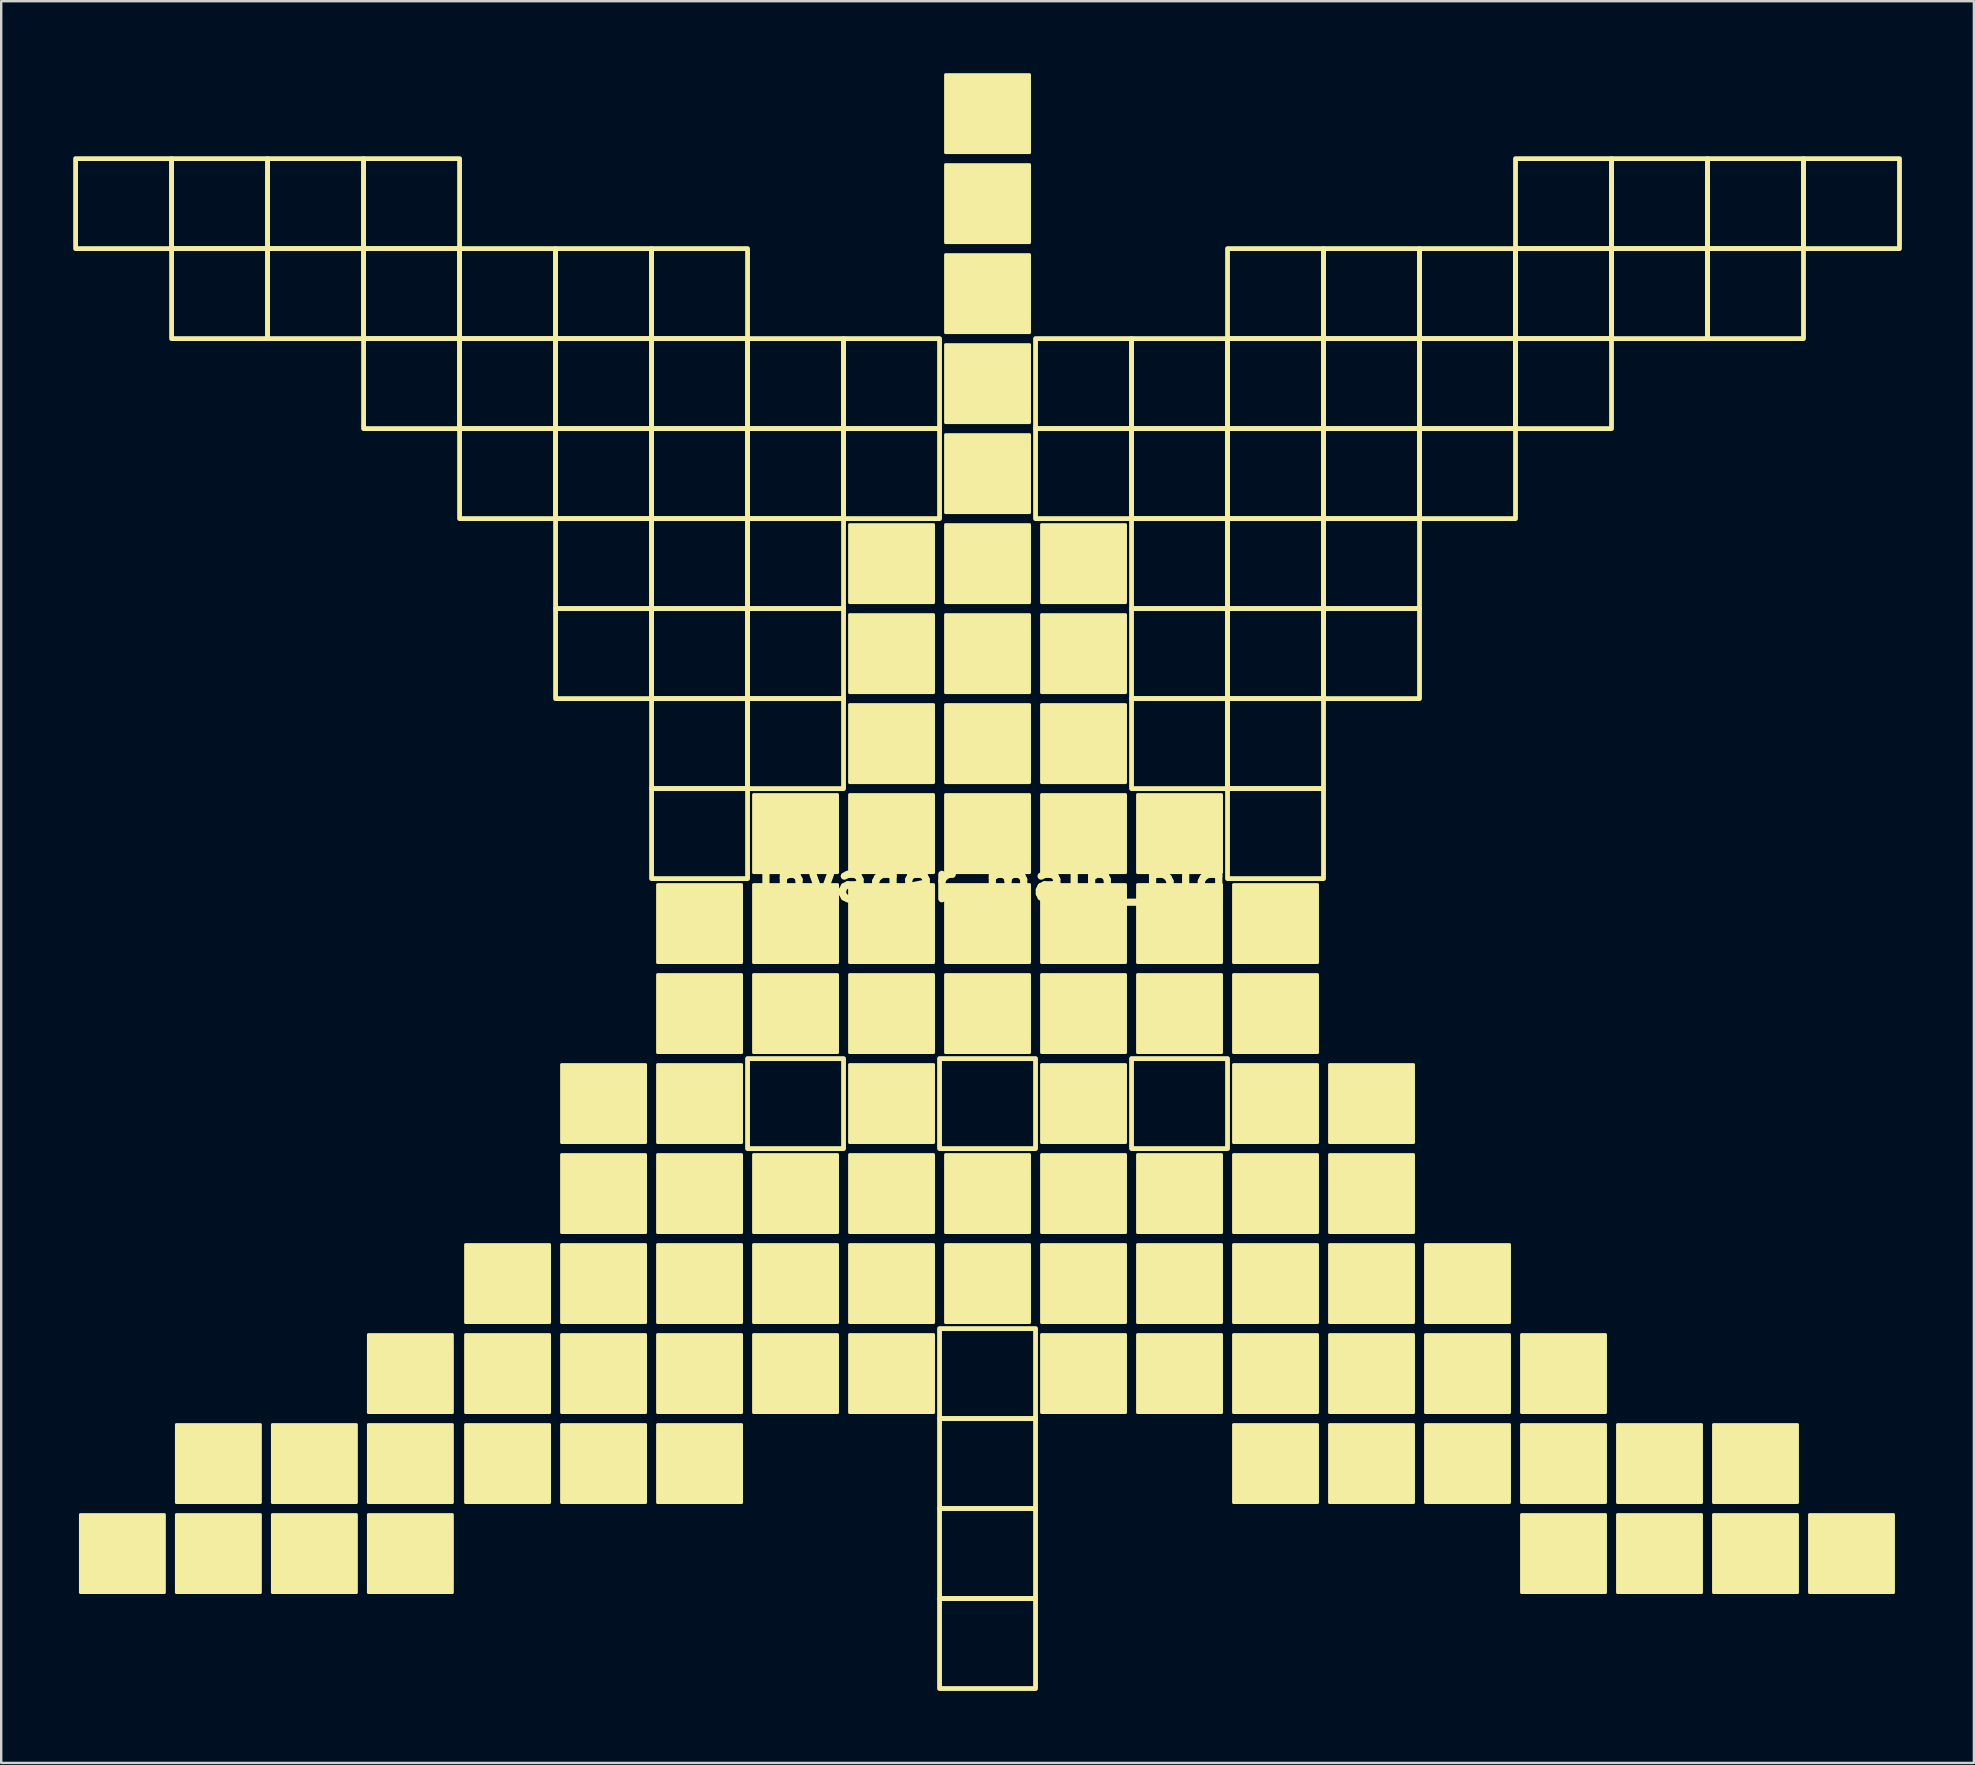
<source format=kicad_pcb>
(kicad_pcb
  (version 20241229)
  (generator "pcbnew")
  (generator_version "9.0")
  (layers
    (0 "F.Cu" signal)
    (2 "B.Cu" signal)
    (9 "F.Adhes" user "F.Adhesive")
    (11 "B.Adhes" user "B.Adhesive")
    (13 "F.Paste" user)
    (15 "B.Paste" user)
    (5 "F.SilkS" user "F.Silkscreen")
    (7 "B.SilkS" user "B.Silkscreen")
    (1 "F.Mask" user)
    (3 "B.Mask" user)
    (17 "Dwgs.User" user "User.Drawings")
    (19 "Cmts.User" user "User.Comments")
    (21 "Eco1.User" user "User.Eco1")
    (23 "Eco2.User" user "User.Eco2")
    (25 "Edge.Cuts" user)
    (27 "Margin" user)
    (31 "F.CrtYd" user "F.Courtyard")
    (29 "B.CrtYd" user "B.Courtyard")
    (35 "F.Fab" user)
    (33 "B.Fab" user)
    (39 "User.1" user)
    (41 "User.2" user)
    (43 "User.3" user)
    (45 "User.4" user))
  (footprint "Invader_main_big"
    (layer "F.Cu")
    (at 38.1 33.51)
    (property "Reference" "Invader_main_big" (at 0.2 0.2 0) (layer "F.SilkS") (effects (font (size 1.524 1.524) (thickness 0.3))))
    (attr board_only exclude_from_pos_files exclude_from_bom)
    (fp_rect (start -38 -29.95) (end -34 -26.2) (stroke (width 0.2) (type solid)) (fill no) (layer "F.SilkS"))
    (fp_rect (start -37.8 26.55) (end -34.3 29.8) (stroke (width 0.12) (type solid)) (fill yes) (layer "F.SilkS"))
    (fp_rect (start -34 -29.95) (end -30 -26.2) (stroke (width 0.2) (type solid)) (fill no) (layer "F.SilkS"))
    (fp_rect (start -34 -26.2) (end -30 -22.45) (stroke (width 0.2) (type solid)) (fill no) (layer "F.SilkS"))
    (fp_rect (start -33.8 22.8) (end -30.3 26.05) (stroke (width 0.12) (type solid)) (fill yes) (layer "F.SilkS"))
    (fp_rect (start -33.8 26.55) (end -30.3 29.8) (stroke (width 0.12) (type solid)) (fill yes) (layer "F.SilkS"))
    (fp_rect (start -30 -29.95) (end -26 -26.2) (stroke (width 0.2) (type solid)) (fill no) (layer "F.SilkS"))
    (fp_rect (start -30 -26.2) (end -26 -22.45) (stroke (width 0.2) (type solid)) (fill no) (layer "F.SilkS"))
    (fp_rect (start -29.8 22.8) (end -26.3 26.05) (stroke (width 0.12) (type solid)) (fill yes) (layer "F.SilkS"))
    (fp_rect (start -29.8 26.55) (end -26.3 29.8) (stroke (width 0.12) (type solid)) (fill yes) (layer "F.SilkS"))
    (fp_rect (start -26 -29.95) (end -22 -26.2) (stroke (width 0.2) (type solid)) (fill no) (layer "F.SilkS"))
    (fp_rect (start -26 -26.2) (end -22 -22.45) (stroke (width 0.2) (type solid)) (fill no) (layer "F.SilkS"))
    (fp_rect (start -26 -22.45) (end -22 -18.7) (stroke (width 0.2) (type solid)) (fill no) (layer "F.SilkS"))
    (fp_rect (start -25.8 19.05) (end -22.3 22.3) (stroke (width 0.12) (type solid)) (fill yes) (layer "F.SilkS"))
    (fp_rect (start -25.8 22.8) (end -22.3 26.05) (stroke (width 0.12) (type solid)) (fill yes) (layer "F.SilkS"))
    (fp_rect (start -25.8 26.55) (end -22.3 29.8) (stroke (width 0.12) (type solid)) (fill yes) (layer "F.SilkS"))
    (fp_rect (start -22 -26.2) (end -18 -22.45) (stroke (width 0.2) (type solid)) (fill no) (layer "F.SilkS"))
    (fp_rect (start -22 -22.45) (end -18 -18.7) (stroke (width 0.2) (type solid)) (fill no) (layer "F.SilkS"))
    (fp_rect (start -22 -18.7) (end -18 -14.95) (stroke (width 0.2) (type solid)) (fill no) (layer "F.SilkS"))
    (fp_rect (start -21.75 15.3) (end -18.25 18.55) (stroke (width 0.12) (type solid)) (fill yes) (layer "F.SilkS"))
    (fp_rect (start -21.75 19.05) (end -18.25 22.3) (stroke (width 0.12) (type solid)) (fill yes) (layer "F.SilkS"))
    (fp_rect (start -21.75 22.8) (end -18.25 26.05) (stroke (width 0.12) (type solid)) (fill yes) (layer "F.SilkS"))
    (fp_rect (start -18 -26.2) (end -14 -22.45) (stroke (width 0.2) (type solid)) (fill no) (layer "F.SilkS"))
    (fp_rect (start -18 -22.45) (end -14 -18.7) (stroke (width 0.2) (type solid)) (fill no) (layer "F.SilkS"))
    (fp_rect (start -18 -18.7) (end -14 -14.95) (stroke (width 0.2) (type solid)) (fill no) (layer "F.SilkS"))
    (fp_rect (start -18 -14.95) (end -14 -11.2) (stroke (width 0.2) (type solid)) (fill no) (layer "F.SilkS"))
    (fp_rect (start -18 -11.2) (end -14 -7.45) (stroke (width 0.2) (type solid)) (fill no) (layer "F.SilkS"))
    (fp_rect (start -17.75 7.8) (end -14.25 11.05) (stroke (width 0.12) (type solid)) (fill yes) (layer "F.SilkS"))
    (fp_rect (start -17.75 11.55) (end -14.25 14.8) (stroke (width 0.12) (type solid)) (fill yes) (layer "F.SilkS"))
    (fp_rect (start -17.75 15.3) (end -14.25 18.55) (stroke (width 0.12) (type solid)) (fill yes) (layer "F.SilkS"))
    (fp_rect (start -17.75 19.05) (end -14.25 22.3) (stroke (width 0.12) (type solid)) (fill yes) (layer "F.SilkS"))
    (fp_rect (start -17.75 22.8) (end -14.25 26.05) (stroke (width 0.12) (type solid)) (fill yes) (layer "F.SilkS"))
    (fp_rect (start -14 -26.2) (end -10 -22.45) (stroke (width 0.2) (type solid)) (fill no) (layer "F.SilkS"))
    (fp_rect (start -14 -22.45) (end -10 -18.7) (stroke (width 0.2) (type solid)) (fill no) (layer "F.SilkS"))
    (fp_rect (start -14 -18.7) (end -10 -14.95) (stroke (width 0.2) (type solid)) (fill no) (layer "F.SilkS"))
    (fp_rect (start -14 -14.95) (end -10 -11.2) (stroke (width 0.2) (type solid)) (fill no) (layer "F.SilkS"))
    (fp_rect (start -14 -11.2) (end -10 -7.45) (stroke (width 0.2) (type solid)) (fill no) (layer "F.SilkS"))
    (fp_rect (start -14 -7.45) (end -10 -3.7) (stroke (width 0.2) (type solid)) (fill no) (layer "F.SilkS"))
    (fp_rect (start -14 -3.7) (end -10 0.05) (stroke (width 0.2) (type solid)) (fill no) (layer "F.SilkS"))
    (fp_rect (start -13.75 0.3) (end -10.25 3.55) (stroke (width 0.12) (type solid)) (fill yes) (layer "F.SilkS"))
    (fp_rect (start -13.75 4.05) (end -10.25 7.3) (stroke (width 0.12) (type solid)) (fill yes) (layer "F.SilkS"))
    (fp_rect (start -13.75 7.8) (end -10.25 11.05) (stroke (width 0.12) (type solid)) (fill yes) (layer "F.SilkS"))
    (fp_rect (start -13.75 11.55) (end -10.25 14.8) (stroke (width 0.12) (type solid)) (fill yes) (layer "F.SilkS"))
    (fp_rect (start -13.75 15.3) (end -10.25 18.55) (stroke (width 0.12) (type solid)) (fill yes) (layer "F.SilkS"))
    (fp_rect (start -13.75 19.05) (end -10.25 22.3) (stroke (width 0.12) (type solid)) (fill yes) (layer "F.SilkS"))
    (fp_rect (start -13.75 22.8) (end -10.25 26.05) (stroke (width 0.12) (type solid)) (fill yes) (layer "F.SilkS"))
    (fp_rect (start -10 -22.45) (end -6 -18.7) (stroke (width 0.2) (type solid)) (fill no) (layer "F.SilkS"))
    (fp_rect (start -10 -18.7) (end -6 -14.95) (stroke (width 0.2) (type solid)) (fill no) (layer "F.SilkS"))
    (fp_rect (start -10 -14.95) (end -6 -11.2) (stroke (width 0.2) (type solid)) (fill no) (layer "F.SilkS"))
    (fp_rect (start -10 -11.2) (end -6 -7.45) (stroke (width 0.2) (type solid)) (fill no) (layer "F.SilkS"))
    (fp_rect (start -10 -7.45) (end -6 -3.7) (stroke (width 0.2) (type solid)) (fill no) (layer "F.SilkS"))
    (fp_rect (start -10 7.55) (end -6 11.3) (stroke (width 0.2) (type solid)) (fill no) (layer "F.SilkS"))
    (fp_rect (start -9.75 -3.45) (end -6.25 -0.2) (stroke (width 0.12) (type solid)) (fill yes) (layer "F.SilkS"))
    (fp_rect (start -9.75 0.3) (end -6.25 3.55) (stroke (width 0.12) (type solid)) (fill yes) (layer "F.SilkS"))
    (fp_rect (start -9.75 4.05) (end -6.25 7.3) (stroke (width 0.12) (type solid)) (fill yes) (layer "F.SilkS"))
    (fp_rect (start -9.75 11.55) (end -6.25 14.8) (stroke (width 0.12) (type solid)) (fill yes) (layer "F.SilkS"))
    (fp_rect (start -9.75 15.3) (end -6.25 18.55) (stroke (width 0.12) (type solid)) (fill yes) (layer "F.SilkS"))
    (fp_rect (start -9.75 19.05) (end -6.25 22.3) (stroke (width 0.12) (type solid)) (fill yes) (layer "F.SilkS"))
    (fp_rect (start -6 -22.45) (end -2 -18.7) (stroke (width 0.2) (type solid)) (fill no) (layer "F.SilkS"))
    (fp_rect (start -6 -18.7) (end -2 -14.95) (stroke (width 0.2) (type solid)) (fill no) (layer "F.SilkS"))
    (fp_rect (start -5.75 -14.7) (end -2.25 -11.45) (stroke (width 0.12) (type solid)) (fill yes) (layer "F.SilkS"))
    (fp_rect (start -5.75 -10.95) (end -2.25 -7.7) (stroke (width 0.12) (type solid)) (fill yes) (layer "F.SilkS"))
    (fp_rect (start -5.75 -7.2) (end -2.25 -3.95) (stroke (width 0.12) (type solid)) (fill yes) (layer "F.SilkS"))
    (fp_rect (start -5.75 -3.45) (end -2.25 -0.2) (stroke (width 0.12) (type solid)) (fill yes) (layer "F.SilkS"))
    (fp_rect (start -5.75 0.3) (end -2.25 3.55) (stroke (width 0.12) (type solid)) (fill yes) (layer "F.SilkS"))
    (fp_rect (start -5.75 4.05) (end -2.25 7.3) (stroke (width 0.12) (type solid)) (fill yes) (layer "F.SilkS"))
    (fp_rect (start -5.75 7.8) (end -2.25 11.05) (stroke (width 0.12) (type solid)) (fill yes) (layer "F.SilkS"))
    (fp_rect (start -5.75 11.55) (end -2.25 14.8) (stroke (width 0.12) (type solid)) (fill yes) (layer "F.SilkS"))
    (fp_rect (start -5.75 15.3) (end -2.25 18.55) (stroke (width 0.12) (type solid)) (fill yes) (layer "F.SilkS"))
    (fp_rect (start -5.75 19.05) (end -2.25 22.3) (stroke (width 0.12) (type solid)) (fill yes) (layer "F.SilkS"))
    (fp_rect (start -2 7.55) (end 2 11.3) (stroke (width 0.2) (type solid)) (fill no) (layer "F.SilkS"))
    (fp_rect (start -2 18.8) (end 2 22.55) (stroke (width 0.2) (type solid)) (fill no) (layer "F.SilkS"))
    (fp_rect (start -2 22.55) (end 2 26.3) (stroke (width 0.2) (type solid)) (fill no) (layer "F.SilkS"))
    (fp_rect (start -2 26.3) (end 2 30.05) (stroke (width 0.2) (type solid)) (fill no) (layer "F.SilkS"))
    (fp_rect (start -2 30.05) (end 2 33.8) (stroke (width 0.2) (type solid)) (fill no) (layer "F.SilkS"))
    (fp_rect (start -1.75 -33.45) (end 1.75 -30.2) (stroke (width 0.12) (type solid)) (fill yes) (layer "F.SilkS"))
    (fp_rect (start -1.75 -29.7) (end 1.75 -26.45) (stroke (width 0.12) (type solid)) (fill yes) (layer "F.SilkS"))
    (fp_rect (start -1.75 -25.95) (end 1.75 -22.7) (stroke (width 0.12) (type solid)) (fill yes) (layer "F.SilkS"))
    (fp_rect (start -1.75 -22.2) (end 1.75 -18.95) (stroke (width 0.12) (type solid)) (fill yes) (layer "F.SilkS"))
    (fp_rect (start -1.75 -18.45) (end 1.75 -15.2) (stroke (width 0.12) (type solid)) (fill yes) (layer "F.SilkS"))
    (fp_rect (start -1.75 -14.7) (end 1.75 -11.45) (stroke (width 0.12) (type solid)) (fill yes) (layer "F.SilkS"))
    (fp_rect (start -1.75 -10.95) (end 1.75 -7.7) (stroke (width 0.12) (type solid)) (fill yes) (layer "F.SilkS"))
    (fp_rect (start -1.75 -7.2) (end 1.75 -3.95) (stroke (width 0.12) (type solid)) (fill yes) (layer "F.SilkS"))
    (fp_rect (start -1.75 -3.45) (end 1.75 -0.2) (stroke (width 0.12) (type solid)) (fill yes) (layer "F.SilkS"))
    (fp_rect (start -1.75 0.3) (end 1.75 3.55) (stroke (width 0.12) (type solid)) (fill yes) (layer "F.SilkS"))
    (fp_rect (start -1.75 4.05) (end 1.75 7.3) (stroke (width 0.12) (type solid)) (fill yes) (layer "F.SilkS"))
    (fp_rect (start -1.75 11.55) (end 1.75 14.8) (stroke (width 0.12) (type solid)) (fill yes) (layer "F.SilkS"))
    (fp_rect (start -1.75 15.3) (end 1.75 18.55) (stroke (width 0.12) (type solid)) (fill yes) (layer "F.SilkS"))
    (fp_rect (start 5.75 -11.45) (end 2.25 -14.7) (stroke (width 0.12) (type solid)) (fill yes) (layer "F.SilkS"))
    (fp_rect (start 5.75 -7.7) (end 2.25 -10.95) (stroke (width 0.12) (type solid)) (fill yes) (layer "F.SilkS"))
    (fp_rect (start 5.75 -3.95) (end 2.25 -7.2) (stroke (width 0.12) (type solid)) (fill yes) (layer "F.SilkS"))
    (fp_rect (start 5.75 -0.2) (end 2.25 -3.45) (stroke (width 0.12) (type solid)) (fill yes) (layer "F.SilkS"))
    (fp_rect (start 5.75 3.55) (end 2.25 0.3) (stroke (width 0.12) (type solid)) (fill yes) (layer "F.SilkS"))
    (fp_rect (start 5.75 7.3) (end 2.25 4.05) (stroke (width 0.12) (type solid)) (fill yes) (layer "F.SilkS"))
    (fp_rect (start 5.75 11.05) (end 2.25 7.8) (stroke (width 0.12) (type solid)) (fill yes) (layer "F.SilkS"))
    (fp_rect (start 5.75 14.8) (end 2.25 11.55) (stroke (width 0.12) (type solid)) (fill yes) (layer "F.SilkS"))
    (fp_rect (start 5.75 18.55) (end 2.25 15.3) (stroke (width 0.12) (type solid)) (fill yes) (layer "F.SilkS"))
    (fp_rect (start 5.75 22.3) (end 2.25 19.05) (stroke (width 0.12) (type solid)) (fill yes) (layer "F.SilkS"))
    (fp_rect (start 6 -18.7) (end 2 -22.45) (stroke (width 0.2) (type solid)) (fill no) (layer "F.SilkS"))
    (fp_rect (start 6 -14.95) (end 2 -18.7) (stroke (width 0.2) (type solid)) (fill no) (layer "F.SilkS"))
    (fp_rect (start 9.75 -0.2) (end 6.25 -3.45) (stroke (width 0.12) (type solid)) (fill yes) (layer "F.SilkS"))
    (fp_rect (start 9.75 3.55) (end 6.25 0.3) (stroke (width 0.12) (type solid)) (fill yes) (layer "F.SilkS"))
    (fp_rect (start 9.75 7.3) (end 6.25 4.05) (stroke (width 0.12) (type solid)) (fill yes) (layer "F.SilkS"))
    (fp_rect (start 9.75 14.8) (end 6.25 11.55) (stroke (width 0.12) (type solid)) (fill yes) (layer "F.SilkS"))
    (fp_rect (start 9.75 18.55) (end 6.25 15.3) (stroke (width 0.12) (type solid)) (fill yes) (layer "F.SilkS"))
    (fp_rect (start 9.75 22.3) (end 6.25 19.05) (stroke (width 0.12) (type solid)) (fill yes) (layer "F.SilkS"))
    (fp_rect (start 10 -18.7) (end 6 -22.45) (stroke (width 0.2) (type solid)) (fill no) (layer "F.SilkS"))
    (fp_rect (start 10 -14.95) (end 6 -18.7) (stroke (width 0.2) (type solid)) (fill no) (layer "F.SilkS"))
    (fp_rect (start 10 -11.2) (end 6 -14.95) (stroke (width 0.2) (type solid)) (fill no) (layer "F.SilkS"))
    (fp_rect (start 10 -7.45) (end 6 -11.2) (stroke (width 0.2) (type solid)) (fill no) (layer "F.SilkS"))
    (fp_rect (start 10 -3.7) (end 6 -7.45) (stroke (width 0.2) (type solid)) (fill no) (layer "F.SilkS"))
    (fp_rect (start 10 11.3) (end 6 7.55) (stroke (width 0.2) (type solid)) (fill no) (layer "F.SilkS"))
    (fp_rect (start 13.75 3.55) (end 10.25 0.3) (stroke (width 0.12) (type solid)) (fill yes) (layer "F.SilkS"))
    (fp_rect (start 13.75 7.3) (end 10.25 4.05) (stroke (width 0.12) (type solid)) (fill yes) (layer "F.SilkS"))
    (fp_rect (start 13.75 11.05) (end 10.25 7.8) (stroke (width 0.12) (type solid)) (fill yes) (layer "F.SilkS"))
    (fp_rect (start 13.75 14.8) (end 10.25 11.55) (stroke (width 0.12) (type solid)) (fill yes) (layer "F.SilkS"))
    (fp_rect (start 13.75 18.55) (end 10.25 15.3) (stroke (width 0.12) (type solid)) (fill yes) (layer "F.SilkS"))
    (fp_rect (start 13.75 22.3) (end 10.25 19.05) (stroke (width 0.12) (type solid)) (fill yes) (layer "F.SilkS"))
    (fp_rect (start 13.75 26.05) (end 10.25 22.8) (stroke (width 0.12) (type solid)) (fill yes) (layer "F.SilkS"))
    (fp_rect (start 14 -22.45) (end 10 -26.2) (stroke (width 0.2) (type solid)) (fill no) (layer "F.SilkS"))
    (fp_rect (start 14 -18.7) (end 10 -22.45) (stroke (width 0.2) (type solid)) (fill no) (layer "F.SilkS"))
    (fp_rect (start 14 -14.95) (end 10 -18.7) (stroke (width 0.2) (type solid)) (fill no) (layer "F.SilkS"))
    (fp_rect (start 14 -11.2) (end 10 -14.95) (stroke (width 0.2) (type solid)) (fill no) (layer "F.SilkS"))
    (fp_rect (start 14 -7.45) (end 10 -11.2) (stroke (width 0.2) (type solid)) (fill no) (layer "F.SilkS"))
    (fp_rect (start 14 -3.7) (end 10 -7.45) (stroke (width 0.2) (type solid)) (fill no) (layer "F.SilkS"))
    (fp_rect (start 14 0.05) (end 10 -3.7) (stroke (width 0.2) (type solid)) (fill no) (layer "F.SilkS"))
    (fp_rect (start 17.75 11.05) (end 14.25 7.8) (stroke (width 0.12) (type solid)) (fill yes) (layer "F.SilkS"))
    (fp_rect (start 17.75 14.8) (end 14.25 11.55) (stroke (width 0.12) (type solid)) (fill yes) (layer "F.SilkS"))
    (fp_rect (start 17.75 18.55) (end 14.25 15.3) (stroke (width 0.12) (type solid)) (fill yes) (layer "F.SilkS"))
    (fp_rect (start 17.75 22.3) (end 14.25 19.05) (stroke (width 0.12) (type solid)) (fill yes) (layer "F.SilkS"))
    (fp_rect (start 17.75 26.05) (end 14.25 22.8) (stroke (width 0.12) (type solid)) (fill yes) (layer "F.SilkS"))
    (fp_rect (start 18 -22.45) (end 14 -26.2) (stroke (width 0.2) (type solid)) (fill no) (layer "F.SilkS"))
    (fp_rect (start 18 -18.7) (end 14 -22.45) (stroke (width 0.2) (type solid)) (fill no) (layer "F.SilkS"))
    (fp_rect (start 18 -14.95) (end 14 -18.7) (stroke (width 0.2) (type solid)) (fill no) (layer "F.SilkS"))
    (fp_rect (start 18 -11.2) (end 14 -14.95) (stroke (width 0.2) (type solid)) (fill no) (layer "F.SilkS"))
    (fp_rect (start 18 -7.45) (end 14 -11.2) (stroke (width 0.2) (type solid)) (fill no) (layer "F.SilkS"))
    (fp_rect (start 21.75 18.55) (end 18.25 15.3) (stroke (width 0.12) (type solid)) (fill yes) (layer "F.SilkS"))
    (fp_rect (start 21.75 22.3) (end 18.25 19.05) (stroke (width 0.12) (type solid)) (fill yes) (layer "F.SilkS"))
    (fp_rect (start 21.75 26.05) (end 18.25 22.8) (stroke (width 0.12) (type solid)) (fill yes) (layer "F.SilkS"))
    (fp_rect (start 22 -22.45) (end 18 -26.2) (stroke (width 0.2) (type solid)) (fill no) (layer "F.SilkS"))
    (fp_rect (start 22 -18.7) (end 18 -22.45) (stroke (width 0.2) (type solid)) (fill no) (layer "F.SilkS"))
    (fp_rect (start 22 -14.95) (end 18 -18.7) (stroke (width 0.2) (type solid)) (fill no) (layer "F.SilkS"))
    (fp_rect (start 25.75 22.3) (end 22.25 19.05) (stroke (width 0.12) (type solid)) (fill yes) (layer "F.SilkS"))
    (fp_rect (start 25.75 26.05) (end 22.25 22.8) (stroke (width 0.12) (type solid)) (fill yes) (layer "F.SilkS"))
    (fp_rect (start 25.75 29.8) (end 22.25 26.55) (stroke (width 0.12) (type solid)) (fill yes) (layer "F.SilkS"))
    (fp_rect (start 26 -26.2) (end 22 -29.95) (stroke (width 0.2) (type solid)) (fill no) (layer "F.SilkS"))
    (fp_rect (start 26 -22.45) (end 22 -26.2) (stroke (width 0.2) (type solid)) (fill no) (layer "F.SilkS"))
    (fp_rect (start 26 -18.7) (end 22 -22.45) (stroke (width 0.2) (type solid)) (fill no) (layer "F.SilkS"))
    (fp_rect (start 29.75 26.05) (end 26.25 22.8) (stroke (width 0.12) (type solid)) (fill yes) (layer "F.SilkS"))
    (fp_rect (start 29.75 29.8) (end 26.25 26.55) (stroke (width 0.12) (type solid)) (fill yes) (layer "F.SilkS"))
    (fp_rect (start 30 -26.2) (end 26 -29.95) (stroke (width 0.2) (type solid)) (fill no) (layer "F.SilkS"))
    (fp_rect (start 30 -22.45) (end 26 -26.2) (stroke (width 0.2) (type solid)) (fill no) (layer "F.SilkS"))
    (fp_rect (start 33.75 26.05) (end 30.25 22.8) (stroke (width 0.12) (type solid)) (fill yes) (layer "F.SilkS"))
    (fp_rect (start 33.75 29.8) (end 30.25 26.55) (stroke (width 0.12) (type solid)) (fill yes) (layer "F.SilkS"))
    (fp_rect (start 34 -26.2) (end 30 -29.95) (stroke (width 0.2) (type solid)) (fill no) (layer "F.SilkS"))
    (fp_rect (start 34 -22.45) (end 30 -26.2) (stroke (width 0.2) (type solid)) (fill no) (layer "F.SilkS"))
    (fp_rect (start 37.75 29.8) (end 34.25 26.55) (stroke (width 0.12) (type solid)) (fill yes) (layer "F.SilkS"))
    (fp_rect (start 38 -26.2) (end 34 -29.95) (stroke (width 0.2) (type solid)) (fill no) (layer "F.SilkS")))
  (gr_rect
    (start -3 -3)
    (end 79.2 70.41)
    (stroke (width 0.1) (type default))
    (fill no)
    (layer "Edge.Cuts")))
</source>
